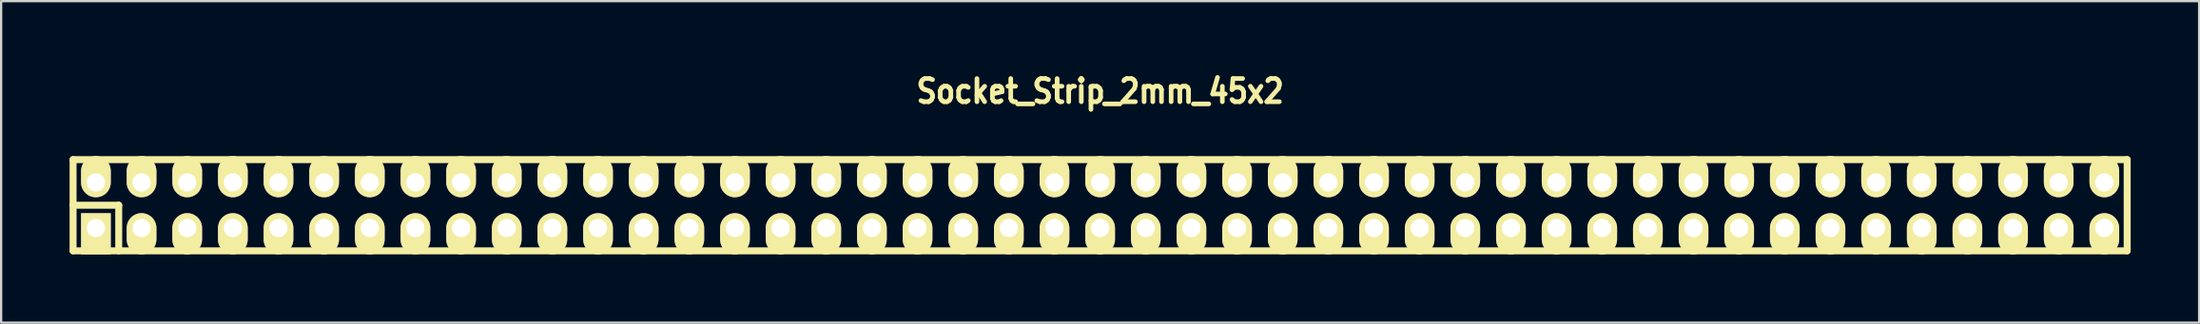
<source format=kicad_pcb>
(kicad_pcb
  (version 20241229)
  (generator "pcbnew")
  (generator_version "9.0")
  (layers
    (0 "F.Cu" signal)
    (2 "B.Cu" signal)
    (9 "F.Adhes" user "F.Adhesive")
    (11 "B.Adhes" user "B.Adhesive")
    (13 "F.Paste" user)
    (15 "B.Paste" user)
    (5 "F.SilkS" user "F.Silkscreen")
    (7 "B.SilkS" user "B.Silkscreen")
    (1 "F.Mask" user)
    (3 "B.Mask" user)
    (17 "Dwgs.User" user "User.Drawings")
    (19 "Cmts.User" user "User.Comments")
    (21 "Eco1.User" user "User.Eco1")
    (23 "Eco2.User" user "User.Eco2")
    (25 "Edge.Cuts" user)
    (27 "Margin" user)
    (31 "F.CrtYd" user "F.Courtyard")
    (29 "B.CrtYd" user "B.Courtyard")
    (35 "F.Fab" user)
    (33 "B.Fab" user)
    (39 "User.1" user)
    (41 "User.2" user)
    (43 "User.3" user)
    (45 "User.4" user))
  (footprint "Socket_Strip_2mm_45x2"
    (layer "F.Cu")
    (at 45.152 5.951)
    (property "Reference" "Socket_Strip_2mm_45x2" (at 0 -5 0) (layer "F.SilkS") (effects (font (size 1.016 0.889) (thickness 0.203))))
    (attr through_hole)
    (fp_line (start -45 -2) (end 45 -2) (stroke (width 0.305) (type solid)) (layer "F.SilkS"))
    (fp_line (start -45 0) (end -43 0) (stroke (width 0.305) (type solid)) (layer "F.SilkS"))
    (fp_line (start -45 2) (end -45 -2) (stroke (width 0.305) (type solid)) (layer "F.SilkS"))
    (fp_line (start -43 0) (end -43 2) (stroke (width 0.305) (type solid)) (layer "F.SilkS"))
    (fp_line (start 45 -2) (end 45 2) (stroke (width 0.305) (type solid)) (layer "F.SilkS"))
    (fp_line (start 45 2) (end -45 2) (stroke (width 0.305) (type solid)) (layer "F.SilkS"))
    (pad "1" thru_hole rect (at -44 1) (size 1.3 1.8) (drill 0.8 (offset 0 0.25)) (layers "*.Cu" "*.Mask" "F.SilkS"))
    (pad "2" thru_hole oval (at -44 -1) (size 1.3 1.8) (drill 0.8 (offset 0 -0.25)) (layers "*.Cu" "*.Mask" "F.SilkS"))
    (pad "3" thru_hole oval (at -42 1) (size 1.3 1.8) (drill 0.8 (offset 0 0.25)) (layers "*.Cu" "*.Mask" "F.SilkS"))
    (pad "4" thru_hole oval (at -42 -1) (size 1.3 1.8) (drill 0.8 (offset 0 -0.25)) (layers "*.Cu" "*.Mask" "F.SilkS"))
    (pad "5" thru_hole oval (at -40 1) (size 1.3 1.8) (drill 0.8 (offset 0 0.25)) (layers "*.Cu" "*.Mask" "F.SilkS"))
    (pad "6" thru_hole oval (at -40 -1) (size 1.3 1.8) (drill 0.8 (offset 0 -0.25)) (layers "*.Cu" "*.Mask" "F.SilkS"))
    (pad "7" thru_hole oval (at -38 1) (size 1.3 1.8) (drill 0.8 (offset 0 0.25)) (layers "*.Cu" "*.Mask" "F.SilkS"))
    (pad "8" thru_hole oval (at -38 -1) (size 1.3 1.8) (drill 0.8 (offset 0 -0.25)) (layers "*.Cu" "*.Mask" "F.SilkS"))
    (pad "9" thru_hole oval (at -36 1) (size 1.3 1.8) (drill 0.8 (offset 0 0.25)) (layers "*.Cu" "*.Mask" "F.SilkS"))
    (pad "10" thru_hole oval (at -36 -1) (size 1.3 1.8) (drill 0.8 (offset 0 -0.25)) (layers "*.Cu" "*.Mask" "F.SilkS"))
    (pad "11" thru_hole oval (at -34 1) (size 1.3 1.8) (drill 0.8 (offset 0 0.25)) (layers "*.Cu" "*.Mask" "F.SilkS"))
    (pad "12" thru_hole oval (at -34 -1) (size 1.3 1.8) (drill 0.8 (offset 0 -0.25)) (layers "*.Cu" "*.Mask" "F.SilkS"))
    (pad "13" thru_hole oval (at -32 1) (size 1.3 1.8) (drill 0.8 (offset 0 0.25)) (layers "*.Cu" "*.Mask" "F.SilkS"))
    (pad "14" thru_hole oval (at -32 -1) (size 1.3 1.8) (drill 0.8 (offset 0 -0.25)) (layers "*.Cu" "*.Mask" "F.SilkS"))
    (pad "15" thru_hole oval (at -30 1) (size 1.3 1.8) (drill 0.8 (offset 0 0.25)) (layers "*.Cu" "*.Mask" "F.SilkS"))
    (pad "16" thru_hole oval (at -30 -1) (size 1.3 1.8) (drill 0.8 (offset 0 -0.25)) (layers "*.Cu" "*.Mask" "F.SilkS"))
    (pad "17" thru_hole oval (at -28 1) (size 1.3 1.8) (drill 0.8 (offset 0 0.25)) (layers "*.Cu" "*.Mask" "F.SilkS"))
    (pad "18" thru_hole oval (at -28 -1) (size 1.3 1.8) (drill 0.8 (offset 0 -0.25)) (layers "*.Cu" "*.Mask" "F.SilkS"))
    (pad "19" thru_hole oval (at -26 1) (size 1.3 1.8) (drill 0.8 (offset 0 0.25)) (layers "*.Cu" "*.Mask" "F.SilkS"))
    (pad "20" thru_hole oval (at -26 -1) (size 1.3 1.8) (drill 0.8 (offset 0 -0.25)) (layers "*.Cu" "*.Mask" "F.SilkS"))
    (pad "21" thru_hole oval (at -24 1) (size 1.3 1.8) (drill 0.8 (offset 0 0.25)) (layers "*.Cu" "*.Mask" "F.SilkS"))
    (pad "22" thru_hole oval (at -24 -1) (size 1.3 1.8) (drill 0.8 (offset 0 -0.25)) (layers "*.Cu" "*.Mask" "F.SilkS"))
    (pad "23" thru_hole oval (at -22 1) (size 1.3 1.8) (drill 0.8 (offset 0 0.25)) (layers "*.Cu" "*.Mask" "F.SilkS"))
    (pad "24" thru_hole oval (at -22 -1) (size 1.3 1.8) (drill 0.8 (offset 0 -0.25)) (layers "*.Cu" "*.Mask" "F.SilkS"))
    (pad "25" thru_hole oval (at -20 1) (size 1.3 1.8) (drill 0.8 (offset 0 0.25)) (layers "*.Cu" "*.Mask" "F.SilkS"))
    (pad "26" thru_hole oval (at -20 -1) (size 1.3 1.8) (drill 0.8 (offset 0 -0.25)) (layers "*.Cu" "*.Mask" "F.SilkS"))
    (pad "27" thru_hole oval (at -18 1) (size 1.3 1.8) (drill 0.8 (offset 0 0.25)) (layers "*.Cu" "*.Mask" "F.SilkS"))
    (pad "28" thru_hole oval (at -18 -1) (size 1.3 1.8) (drill 0.8 (offset 0 -0.25)) (layers "*.Cu" "*.Mask" "F.SilkS"))
    (pad "29" thru_hole oval (at -16 1) (size 1.3 1.8) (drill 0.8 (offset 0 0.25)) (layers "*.Cu" "*.Mask" "F.SilkS"))
    (pad "30" thru_hole oval (at -16 -1) (size 1.3 1.8) (drill 0.8 (offset 0 -0.25)) (layers "*.Cu" "*.Mask" "F.SilkS"))
    (pad "31" thru_hole oval (at -14 1) (size 1.3 1.8) (drill 0.8 (offset 0 0.25)) (layers "*.Cu" "*.Mask" "F.SilkS"))
    (pad "32" thru_hole oval (at -14 -1) (size 1.3 1.8) (drill 0.8 (offset 0 -0.25)) (layers "*.Cu" "*.Mask" "F.SilkS"))
    (pad "33" thru_hole oval (at -12 1) (size 1.3 1.8) (drill 0.8 (offset 0 0.25)) (layers "*.Cu" "*.Mask" "F.SilkS"))
    (pad "34" thru_hole oval (at -12 -1) (size 1.3 1.8) (drill 0.8 (offset 0 -0.25)) (layers "*.Cu" "*.Mask" "F.SilkS"))
    (pad "35" thru_hole oval (at -10 1) (size 1.3 1.8) (drill 0.8 (offset 0 0.25)) (layers "*.Cu" "*.Mask" "F.SilkS"))
    (pad "36" thru_hole oval (at -10 -1) (size 1.3 1.8) (drill 0.8 (offset 0 -0.25)) (layers "*.Cu" "*.Mask" "F.SilkS"))
    (pad "37" thru_hole oval (at -8 1) (size 1.3 1.8) (drill 0.8 (offset 0 0.25)) (layers "*.Cu" "*.Mask" "F.SilkS"))
    (pad "38" thru_hole oval (at -8 -1) (size 1.3 1.8) (drill 0.8 (offset 0 -0.25)) (layers "*.Cu" "*.Mask" "F.SilkS"))
    (pad "39" thru_hole oval (at -6 1) (size 1.3 1.8) (drill 0.8 (offset 0 0.25)) (layers "*.Cu" "*.Mask" "F.SilkS"))
    (pad "40" thru_hole oval (at -6 -1) (size 1.3 1.8) (drill 0.8 (offset 0 -0.25)) (layers "*.Cu" "*.Mask" "F.SilkS"))
    (pad "41" thru_hole oval (at -4 1) (size 1.3 1.8) (drill 0.8 (offset 0 0.25)) (layers "*.Cu" "*.Mask" "F.SilkS"))
    (pad "42" thru_hole oval (at -4 -1) (size 1.3 1.8) (drill 0.8 (offset 0 -0.25)) (layers "*.Cu" "*.Mask" "F.SilkS"))
    (pad "43" thru_hole oval (at -2 1) (size 1.3 1.8) (drill 0.8 (offset 0 0.25)) (layers "*.Cu" "*.Mask" "F.SilkS"))
    (pad "44" thru_hole oval (at -2 -1) (size 1.3 1.8) (drill 0.8 (offset 0 -0.25)) (layers "*.Cu" "*.Mask" "F.SilkS"))
    (pad "45" thru_hole oval (at 0 1) (size 1.3 1.8) (drill 0.8 (offset 0 0.25)) (layers "*.Cu" "*.Mask" "F.SilkS"))
    (pad "46" thru_hole oval (at 0 -1) (size 1.3 1.8) (drill 0.8 (offset 0 -0.25)) (layers "*.Cu" "*.Mask" "F.SilkS"))
    (pad "47" thru_hole oval (at 2 1) (size 1.3 1.8) (drill 0.8 (offset 0 0.25)) (layers "*.Cu" "*.Mask" "F.SilkS"))
    (pad "48" thru_hole oval (at 2 -1) (size 1.3 1.8) (drill 0.8 (offset 0 -0.25)) (layers "*.Cu" "*.Mask" "F.SilkS"))
    (pad "49" thru_hole oval (at 4 1) (size 1.3 1.8) (drill 0.8 (offset 0 0.25)) (layers "*.Cu" "*.Mask" "F.SilkS"))
    (pad "50" thru_hole oval (at 4 -1) (size 1.3 1.8) (drill 0.8 (offset 0 -0.25)) (layers "*.Cu" "*.Mask" "F.SilkS"))
    (pad "51" thru_hole oval (at 6 1) (size 1.3 1.8) (drill 0.8 (offset 0 0.25)) (layers "*.Cu" "*.Mask" "F.SilkS"))
    (pad "52" thru_hole oval (at 6 -1) (size 1.3 1.8) (drill 0.8 (offset 0 -0.25)) (layers "*.Cu" "*.Mask" "F.SilkS"))
    (pad "53" thru_hole oval (at 8 1) (size 1.3 1.8) (drill 0.8 (offset 0 0.25)) (layers "*.Cu" "*.Mask" "F.SilkS"))
    (pad "54" thru_hole oval (at 8 -1) (size 1.3 1.8) (drill 0.8 (offset 0 -0.25)) (layers "*.Cu" "*.Mask" "F.SilkS"))
    (pad "55" thru_hole oval (at 10 1) (size 1.3 1.8) (drill 0.8 (offset 0 0.25)) (layers "*.Cu" "*.Mask" "F.SilkS"))
    (pad "56" thru_hole oval (at 10 -1) (size 1.3 1.8) (drill 0.8 (offset 0 -0.25)) (layers "*.Cu" "*.Mask" "F.SilkS"))
    (pad "57" thru_hole oval (at 12 1) (size 1.3 1.8) (drill 0.8 (offset 0 0.25)) (layers "*.Cu" "*.Mask" "F.SilkS"))
    (pad "58" thru_hole oval (at 12 -1) (size 1.3 1.8) (drill 0.8 (offset 0 -0.25)) (layers "*.Cu" "*.Mask" "F.SilkS"))
    (pad "59" thru_hole oval (at 14 1) (size 1.3 1.8) (drill 0.8 (offset 0 0.25)) (layers "*.Cu" "*.Mask" "F.SilkS"))
    (pad "60" thru_hole oval (at 14 -1) (size 1.3 1.8) (drill 0.8 (offset 0 -0.25)) (layers "*.Cu" "*.Mask" "F.SilkS"))
    (pad "61" thru_hole oval (at 16 1) (size 1.3 1.8) (drill 0.8 (offset 0 0.25)) (layers "*.Cu" "*.Mask" "F.SilkS"))
    (pad "62" thru_hole oval (at 16 -1) (size 1.3 1.8) (drill 0.8 (offset 0 -0.25)) (layers "*.Cu" "*.Mask" "F.SilkS"))
    (pad "63" thru_hole oval (at 18 1) (size 1.3 1.8) (drill 0.8 (offset 0 0.25)) (layers "*.Cu" "*.Mask" "F.SilkS"))
    (pad "64" thru_hole oval (at 18 -1) (size 1.3 1.8) (drill 0.8 (offset 0 -0.25)) (layers "*.Cu" "*.Mask" "F.SilkS"))
    (pad "65" thru_hole oval (at 20 1) (size 1.3 1.8) (drill 0.8 (offset 0 0.25)) (layers "*.Cu" "*.Mask" "F.SilkS"))
    (pad "66" thru_hole oval (at 20 -1) (size 1.3 1.8) (drill 0.8 (offset 0 -0.25)) (layers "*.Cu" "*.Mask" "F.SilkS"))
    (pad "67" thru_hole oval (at 22 1) (size 1.3 1.8) (drill 0.8 (offset 0 0.25)) (layers "*.Cu" "*.Mask" "F.SilkS"))
    (pad "68" thru_hole oval (at 22 -1) (size 1.3 1.8) (drill 0.8 (offset 0 -0.25)) (layers "*.Cu" "*.Mask" "F.SilkS"))
    (pad "69" thru_hole oval (at 24 1) (size 1.3 1.8) (drill 0.8 (offset 0 0.25)) (layers "*.Cu" "*.Mask" "F.SilkS"))
    (pad "70" thru_hole oval (at 24 -1) (size 1.3 1.8) (drill 0.8 (offset 0 -0.25)) (layers "*.Cu" "*.Mask" "F.SilkS"))
    (pad "71" thru_hole oval (at 26 1) (size 1.3 1.8) (drill 0.8 (offset 0 0.25)) (layers "*.Cu" "*.Mask" "F.SilkS"))
    (pad "72" thru_hole oval (at 26 -1) (size 1.3 1.8) (drill 0.8 (offset 0 -0.25)) (layers "*.Cu" "*.Mask" "F.SilkS"))
    (pad "73" thru_hole oval (at 28 1) (size 1.3 1.8) (drill 0.8 (offset 0 0.25)) (layers "*.Cu" "*.Mask" "F.SilkS"))
    (pad "74" thru_hole oval (at 28 -1) (size 1.3 1.8) (drill 0.8 (offset 0 -0.25)) (layers "*.Cu" "*.Mask" "F.SilkS"))
    (pad "75" thru_hole oval (at 30 1) (size 1.3 1.8) (drill 0.8 (offset 0 0.25)) (layers "*.Cu" "*.Mask" "F.SilkS"))
    (pad "76" thru_hole oval (at 30 -1) (size 1.3 1.8) (drill 0.8 (offset 0 -0.25)) (layers "*.Cu" "*.Mask" "F.SilkS"))
    (pad "77" thru_hole oval (at 32 1) (size 1.3 1.8) (drill 0.8 (offset 0 0.25)) (layers "*.Cu" "*.Mask" "F.SilkS"))
    (pad "78" thru_hole oval (at 32 -1) (size 1.3 1.8) (drill 0.8 (offset 0 -0.25)) (layers "*.Cu" "*.Mask" "F.SilkS"))
    (pad "79" thru_hole oval (at 34 1) (size 1.3 1.8) (drill 0.8 (offset 0 0.25)) (layers "*.Cu" "*.Mask" "F.SilkS"))
    (pad "80" thru_hole oval (at 34 -1) (size 1.3 1.8) (drill 0.8 (offset 0 -0.25)) (layers "*.Cu" "*.Mask" "F.SilkS"))
    (pad "81" thru_hole oval (at 36 1) (size 1.3 1.8) (drill 0.8 (offset 0 0.25)) (layers "*.Cu" "*.Mask" "F.SilkS"))
    (pad "82" thru_hole oval (at 36 -1) (size 1.3 1.8) (drill 0.8 (offset 0 -0.25)) (layers "*.Cu" "*.Mask" "F.SilkS"))
    (pad "83" thru_hole oval (at 38 1) (size 1.3 1.8) (drill 0.8 (offset 0 0.25)) (layers "*.Cu" "*.Mask" "F.SilkS"))
    (pad "84" thru_hole oval (at 38 -1) (size 1.3 1.8) (drill 0.8 (offset 0 -0.25)) (layers "*.Cu" "*.Mask" "F.SilkS"))
    (pad "85" thru_hole oval (at 40 1) (size 1.3 1.8) (drill 0.8 (offset 0 0.25)) (layers "*.Cu" "*.Mask" "F.SilkS"))
    (pad "86" thru_hole oval (at 40 -1) (size 1.3 1.8) (drill 0.8 (offset 0 -0.25)) (layers "*.Cu" "*.Mask" "F.SilkS"))
    (pad "87" thru_hole oval (at 42 1) (size 1.3 1.8) (drill 0.8 (offset 0 0.25)) (layers "*.Cu" "*.Mask" "F.SilkS"))
    (pad "88" thru_hole oval (at 42 -1) (size 1.3 1.8) (drill 0.8 (offset 0 -0.25)) (layers "*.Cu" "*.Mask" "F.SilkS"))
    (pad "89" thru_hole oval (at 44 1) (size 1.3 1.8) (drill 0.8 (offset 0 0.25)) (layers "*.Cu" "*.Mask" "F.SilkS"))
    (pad "90" thru_hole oval (at 44 -1) (size 1.3 1.8) (drill 0.8 (offset 0 -0.25)) (layers "*.Cu" "*.Mask" "F.SilkS")))
  (gr_rect
    (start -3 -3)
    (end 93.305 11.103)
    (stroke (width 0.1) (type default))
    (fill no)
    (layer "Edge.Cuts")))
</source>
